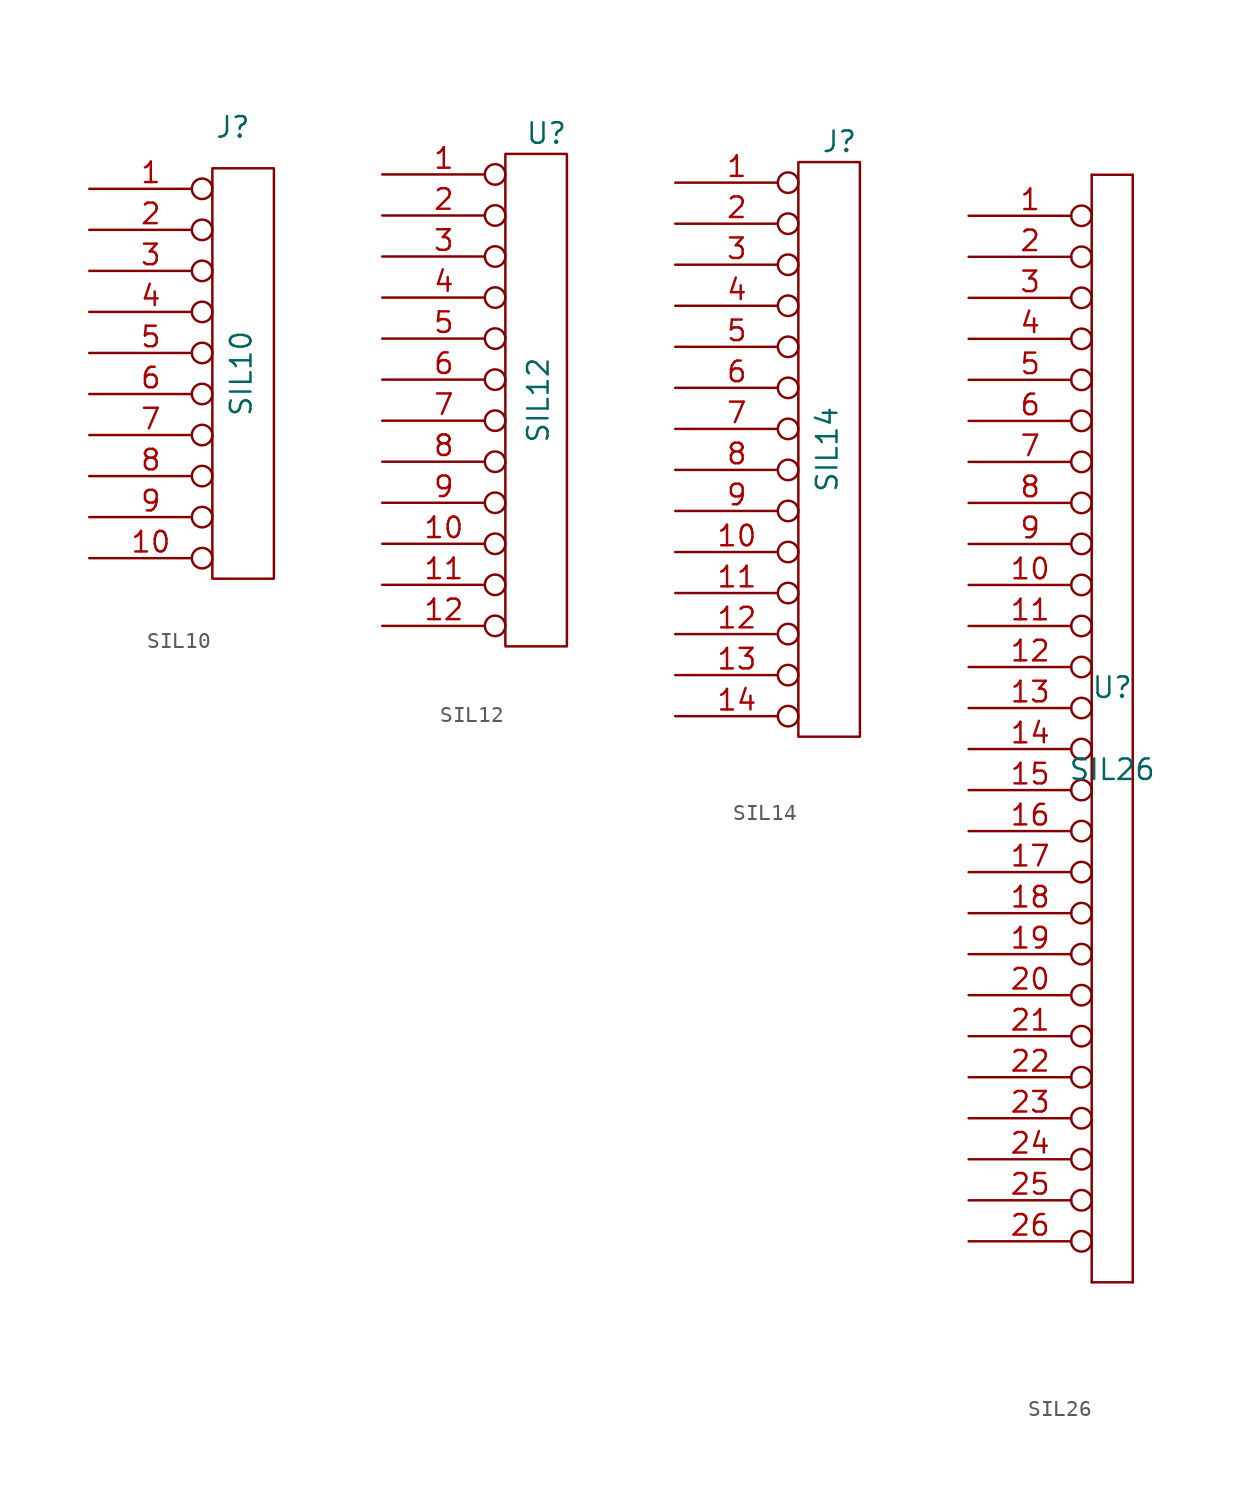
<source format=kicad_sym>
(kicad_symbol_lib
  (version 20231120)
  (generator "kicad_symbol_editor")
  (generator_version "8.0")
  (symbol "SIL10"
    (pin_names
      (offset 1.016) hide)
    (property "Reference" "J"
      (at 0 15.24 0)
      (effects (font (size 1.27 1.27))))
    (property "Value" "SIL10"
      (at 0.508 0 90)
      (effects (font (size 1.27 1.27))))
    (property "Footprint" ""
      (at 0 0 0)
      (effects (font (size 1.27 1.27))))
    (property "Datasheet" ""
      (at 0 0 0)
      (effects (font (size 1.27 1.27))))
    (symbol "SIL10_0_1"
      (rectangle (start -1.27 12.7) (end 2.54 -12.7) (stroke (width 0) (type solid)) (fill (type none))))
    (symbol "SIL10_1_1"
      (pin passive inverted (at -8.89 11.43 0) (length 7.62) (name "1" (effects (font (size 1.27 1.27)))) (number "1" (effects (font (size 1.27 1.27)))))
      (pin passive inverted (at -8.89 -11.43 0) (length 7.62) (name "10" (effects (font (size 1.27 1.27)))) (number "10" (effects (font (size 1.27 1.27)))))
      (pin passive inverted (at -8.89 8.89 0) (length 7.62) (name "2" (effects (font (size 1.27 1.27)))) (number "2" (effects (font (size 1.27 1.27)))))
      (pin passive inverted (at -8.89 6.35 0) (length 7.62) (name "3" (effects (font (size 1.27 1.27)))) (number "3" (effects (font (size 1.27 1.27)))))
      (pin passive inverted (at -8.89 3.81 0) (length 7.62) (name "4" (effects (font (size 1.27 1.27)))) (number "4" (effects (font (size 1.27 1.27)))))
      (pin passive inverted (at -8.89 1.27 0) (length 7.62) (name "5" (effects (font (size 1.27 1.27)))) (number "5" (effects (font (size 1.27 1.27)))))
      (pin passive inverted (at -8.89 -1.27 0) (length 7.62) (name "6" (effects (font (size 1.27 1.27)))) (number "6" (effects (font (size 1.27 1.27)))))
      (pin passive inverted (at -8.89 -3.81 0) (length 7.62) (name "7" (effects (font (size 1.27 1.27)))) (number "7" (effects (font (size 1.27 1.27)))))
      (pin passive inverted (at -8.89 -6.35 0) (length 7.62) (name "8" (effects (font (size 1.27 1.27)))) (number "8" (effects (font (size 1.27 1.27)))))
      (pin passive inverted (at -8.89 -8.89 0) (length 7.62) (name "9" (effects (font (size 1.27 1.27)))) (number "9" (effects (font (size 1.27 1.27)))))))
  (symbol "SIL12"
    (pin_names
      (offset 1.016) hide)
    (property "Reference" "U"
      (at 1.27 16.51 0)
      (effects (font (size 1.27 1.27))))
    (property "Value" "SIL12"
      (at 0.762 0 90)
      (effects (font (size 1.27 1.27))))
    (property "Footprint" ""
      (at 0 0 0)
      (effects (font (size 1.27 1.27))))
    (property "Datasheet" ""
      (at 0 0 0)
      (effects (font (size 1.27 1.27))))
    (symbol "SIL12_0_1"
      (rectangle (start -1.27 15.24) (end 2.54 -15.24) (stroke (width 0) (type solid)) (fill (type none))))
    (symbol "SIL12_1_1"
      (pin passive inverted (at -8.89 13.97 0) (length 7.62) (name "1" (effects (font (size 1.27 1.27)))) (number "1" (effects (font (size 1.27 1.27)))))
      (pin passive inverted (at -8.89 -8.89 0) (length 7.62) (name "10" (effects (font (size 1.27 1.27)))) (number "10" (effects (font (size 1.27 1.27)))))
      (pin passive inverted (at -8.89 -11.43 0) (length 7.62) (name "11" (effects (font (size 1.27 1.27)))) (number "11" (effects (font (size 1.27 1.27)))))
      (pin passive inverted (at -8.89 -13.97 0) (length 7.62) (name "12" (effects (font (size 1.27 1.27)))) (number "12" (effects (font (size 1.27 1.27)))))
      (pin passive inverted (at -8.89 11.43 0) (length 7.62) (name "2" (effects (font (size 1.27 1.27)))) (number "2" (effects (font (size 1.27 1.27)))))
      (pin passive inverted (at -8.89 8.89 0) (length 7.62) (name "3" (effects (font (size 1.27 1.27)))) (number "3" (effects (font (size 1.27 1.27)))))
      (pin passive inverted (at -8.89 6.35 0) (length 7.62) (name "4" (effects (font (size 1.27 1.27)))) (number "4" (effects (font (size 1.27 1.27)))))
      (pin passive inverted (at -8.89 3.81 0) (length 7.62) (name "5" (effects (font (size 1.27 1.27)))) (number "5" (effects (font (size 1.27 1.27)))))
      (pin passive inverted (at -8.89 1.27 0) (length 7.62) (name "6" (effects (font (size 1.27 1.27)))) (number "6" (effects (font (size 1.27 1.27)))))
      (pin passive inverted (at -8.89 -1.27 0) (length 7.62) (name "7" (effects (font (size 1.27 1.27)))) (number "7" (effects (font (size 1.27 1.27)))))
      (pin passive inverted (at -8.89 -3.81 0) (length 7.62) (name "8" (effects (font (size 1.27 1.27)))) (number "8" (effects (font (size 1.27 1.27)))))
      (pin passive inverted (at -8.89 -6.35 0) (length 7.62) (name "9" (effects (font (size 1.27 1.27)))) (number "9" (effects (font (size 1.27 1.27)))))))
  (symbol "SIL14"
    (pin_names
      (offset 1.016) hide)
    (property "Reference" "J"
      (at 1.27 19.05 0)
      (effects (font (size 1.27 1.27))))
    (property "Value" "SIL14"
      (at 0.508 0 90)
      (effects (font (size 1.27 1.27))))
    (property "Footprint" ""
      (at 0 0 0)
      (effects (font (size 1.27 1.27))))
    (property "Datasheet" ""
      (at 0 0 0)
      (effects (font (size 1.27 1.27))))
    (symbol "SIL14_0_1"
      (rectangle (start -1.27 17.78) (end 2.54 -17.78) (stroke (width 0) (type solid)) (fill (type none))))
    (symbol "SIL14_1_1"
      (pin passive inverted (at -8.89 16.51 0) (length 7.62) (name "1" (effects (font (size 1.27 1.27)))) (number "1" (effects (font (size 1.27 1.27)))))
      (pin passive inverted (at -8.89 -6.35 0) (length 7.62) (name "10" (effects (font (size 1.27 1.27)))) (number "10" (effects (font (size 1.27 1.27)))))
      (pin passive inverted (at -8.89 -8.89 0) (length 7.62) (name "11" (effects (font (size 1.27 1.27)))) (number "11" (effects (font (size 1.27 1.27)))))
      (pin passive inverted (at -8.89 -11.43 0) (length 7.62) (name "12" (effects (font (size 1.27 1.27)))) (number "12" (effects (font (size 1.27 1.27)))))
      (pin passive inverted (at -8.89 -13.97 0) (length 7.62) (name "13" (effects (font (size 1.27 1.27)))) (number "13" (effects (font (size 1.27 1.27)))))
      (pin passive inverted (at -8.89 -16.51 0) (length 7.62) (name "14" (effects (font (size 1.27 1.27)))) (number "14" (effects (font (size 1.27 1.27)))))
      (pin passive inverted (at -8.89 13.97 0) (length 7.62) (name "2" (effects (font (size 1.27 1.27)))) (number "2" (effects (font (size 1.27 1.27)))))
      (pin passive inverted (at -8.89 11.43 0) (length 7.62) (name "3" (effects (font (size 1.27 1.27)))) (number "3" (effects (font (size 1.27 1.27)))))
      (pin passive inverted (at -8.89 8.89 0) (length 7.62) (name "4" (effects (font (size 1.27 1.27)))) (number "4" (effects (font (size 1.27 1.27)))))
      (pin passive inverted (at -8.89 6.35 0) (length 7.62) (name "5" (effects (font (size 1.27 1.27)))) (number "5" (effects (font (size 1.27 1.27)))))
      (pin passive inverted (at -8.89 3.81 0) (length 7.62) (name "6" (effects (font (size 1.27 1.27)))) (number "6" (effects (font (size 1.27 1.27)))))
      (pin passive inverted (at -8.89 1.27 0) (length 7.62) (name "7" (effects (font (size 1.27 1.27)))) (number "7" (effects (font (size 1.27 1.27)))))
      (pin passive inverted (at -8.89 -1.27 0) (length 7.62) (name "8" (effects (font (size 1.27 1.27)))) (number "8" (effects (font (size 1.27 1.27)))))
      (pin passive inverted (at -8.89 -3.81 0) (length 7.62) (name "9" (effects (font (size 1.27 1.27)))) (number "9" (effects (font (size 1.27 1.27)))))))
  (symbol "SIL26"
    (pin_names
      (offset 1.016) hide)
    (property "Reference" "U"
      (at 0 2.54 0)
      (effects (font (size 1.27 1.27))))
    (property "Value" "SIL26"
      (at 0 -2.54 0)
      (effects (font (size 1.27 1.27))))
    (property "Footprint" ""
      (at 0 0 0)
      (effects (font (size 1.27 1.27))))
    (property "Datasheet" ""
      (at 0 0 0)
      (effects (font (size 1.27 1.27))))
    (symbol "SIL26_0_1"
      (polyline (pts (xy -1.27 -34.29) (xy 1.27 -34.29)) (stroke (width 0) (type solid)) (fill (type none)))
      (polyline (pts (xy -1.27 34.29) (xy -1.27 -34.29)) (stroke (width 0) (type solid)) (fill (type none)))
      (polyline (pts (xy 1.27 -34.29) (xy 1.27 34.29)) (stroke (width 0) (type solid)) (fill (type none)))
      (polyline (pts (xy 1.27 34.29) (xy -1.27 34.29)) (stroke (width 0) (type solid)) (fill (type none))))
    (symbol "SIL26_1_1"
      (pin passive inverted (at -8.89 31.75 0) (length 7.62) (name "1" (effects (font (size 1.27 1.27)))) (number "1" (effects (font (size 1.27 1.27)))))
      (pin passive inverted (at -8.89 8.89 0) (length 7.62) (name "10" (effects (font (size 1.27 1.27)))) (number "10" (effects (font (size 1.27 1.27)))))
      (pin passive inverted (at -8.89 6.35 0) (length 7.62) (name "11" (effects (font (size 1.27 1.27)))) (number "11" (effects (font (size 1.27 1.27)))))
      (pin passive inverted (at -8.89 3.81 0) (length 7.62) (name "12" (effects (font (size 1.27 1.27)))) (number "12" (effects (font (size 1.27 1.27)))))
      (pin passive inverted (at -8.89 1.27 0) (length 7.62) (name "13" (effects (font (size 1.27 1.27)))) (number "13" (effects (font (size 1.27 1.27)))))
      (pin passive inverted (at -8.89 -1.27 0) (length 7.62) (name "14" (effects (font (size 1.27 1.27)))) (number "14" (effects (font (size 1.27 1.27)))))
      (pin passive inverted (at -8.89 -3.81 0) (length 7.62) (name "15" (effects (font (size 1.27 1.27)))) (number "15" (effects (font (size 1.27 1.27)))))
      (pin passive inverted (at -8.89 -6.35 0) (length 7.62) (name "16" (effects (font (size 1.27 1.27)))) (number "16" (effects (font (size 1.27 1.27)))))
      (pin passive inverted (at -8.89 -8.89 0) (length 7.62) (name "17" (effects (font (size 1.27 1.27)))) (number "17" (effects (font (size 1.27 1.27)))))
      (pin passive inverted (at -8.89 -11.43 0) (length 7.62) (name "18" (effects (font (size 1.27 1.27)))) (number "18" (effects (font (size 1.27 1.27)))))
      (pin passive inverted (at -8.89 -13.97 0) (length 7.62) (name "19" (effects (font (size 1.27 1.27)))) (number "19" (effects (font (size 1.27 1.27)))))
      (pin passive inverted (at -8.89 29.21 0) (length 7.62) (name "2" (effects (font (size 1.27 1.27)))) (number "2" (effects (font (size 1.27 1.27)))))
      (pin passive inverted (at -8.89 -16.51 0) (length 7.62) (name "20" (effects (font (size 1.27 1.27)))) (number "20" (effects (font (size 1.27 1.27)))))
      (pin passive inverted (at -8.89 -19.05 0) (length 7.62) (name "21" (effects (font (size 1.27 1.27)))) (number "21" (effects (font (size 1.27 1.27)))))
      (pin passive inverted (at -8.89 -21.59 0) (length 7.62) (name "22" (effects (font (size 1.27 1.27)))) (number "22" (effects (font (size 1.27 1.27)))))
      (pin passive inverted (at -8.89 -24.13 0) (length 7.62) (name "23" (effects (font (size 1.27 1.27)))) (number "23" (effects (font (size 1.27 1.27)))))
      (pin passive inverted (at -8.89 -26.67 0) (length 7.62) (name "24" (effects (font (size 1.27 1.27)))) (number "24" (effects (font (size 1.27 1.27)))))
      (pin passive inverted (at -8.89 -29.21 0) (length 7.62) (name "25" (effects (font (size 1.27 1.27)))) (number "25" (effects (font (size 1.27 1.27)))))
      (pin passive inverted (at -8.89 -31.75 0) (length 7.62) (name "26" (effects (font (size 1.27 1.27)))) (number "26" (effects (font (size 1.27 1.27)))))
      (pin passive inverted (at -8.89 26.67 0) (length 7.62) (name "3" (effects (font (size 1.27 1.27)))) (number "3" (effects (font (size 1.27 1.27)))))
      (pin passive inverted (at -8.89 24.13 0) (length 7.62) (name "4" (effects (font (size 1.27 1.27)))) (number "4" (effects (font (size 1.27 1.27)))))
      (pin passive inverted (at -8.89 21.59 0) (length 7.62) (name "5" (effects (font (size 1.27 1.27)))) (number "5" (effects (font (size 1.27 1.27)))))
      (pin passive inverted (at -8.89 19.05 0) (length 7.62) (name "6" (effects (font (size 1.27 1.27)))) (number "6" (effects (font (size 1.27 1.27)))))
      (pin passive inverted (at -8.89 16.51 0) (length 7.62) (name "7" (effects (font (size 1.27 1.27)))) (number "7" (effects (font (size 1.27 1.27)))))
      (pin passive inverted (at -8.89 13.97 0) (length 7.62) (name "8" (effects (font (size 1.27 1.27)))) (number "8" (effects (font (size 1.27 1.27)))))
      (pin passive inverted (at -8.89 11.43 0) (length 7.62) (name "9" (effects (font (size 1.27 1.27)))) (number "9" (effects (font (size 1.27 1.27))))))))
</source>
